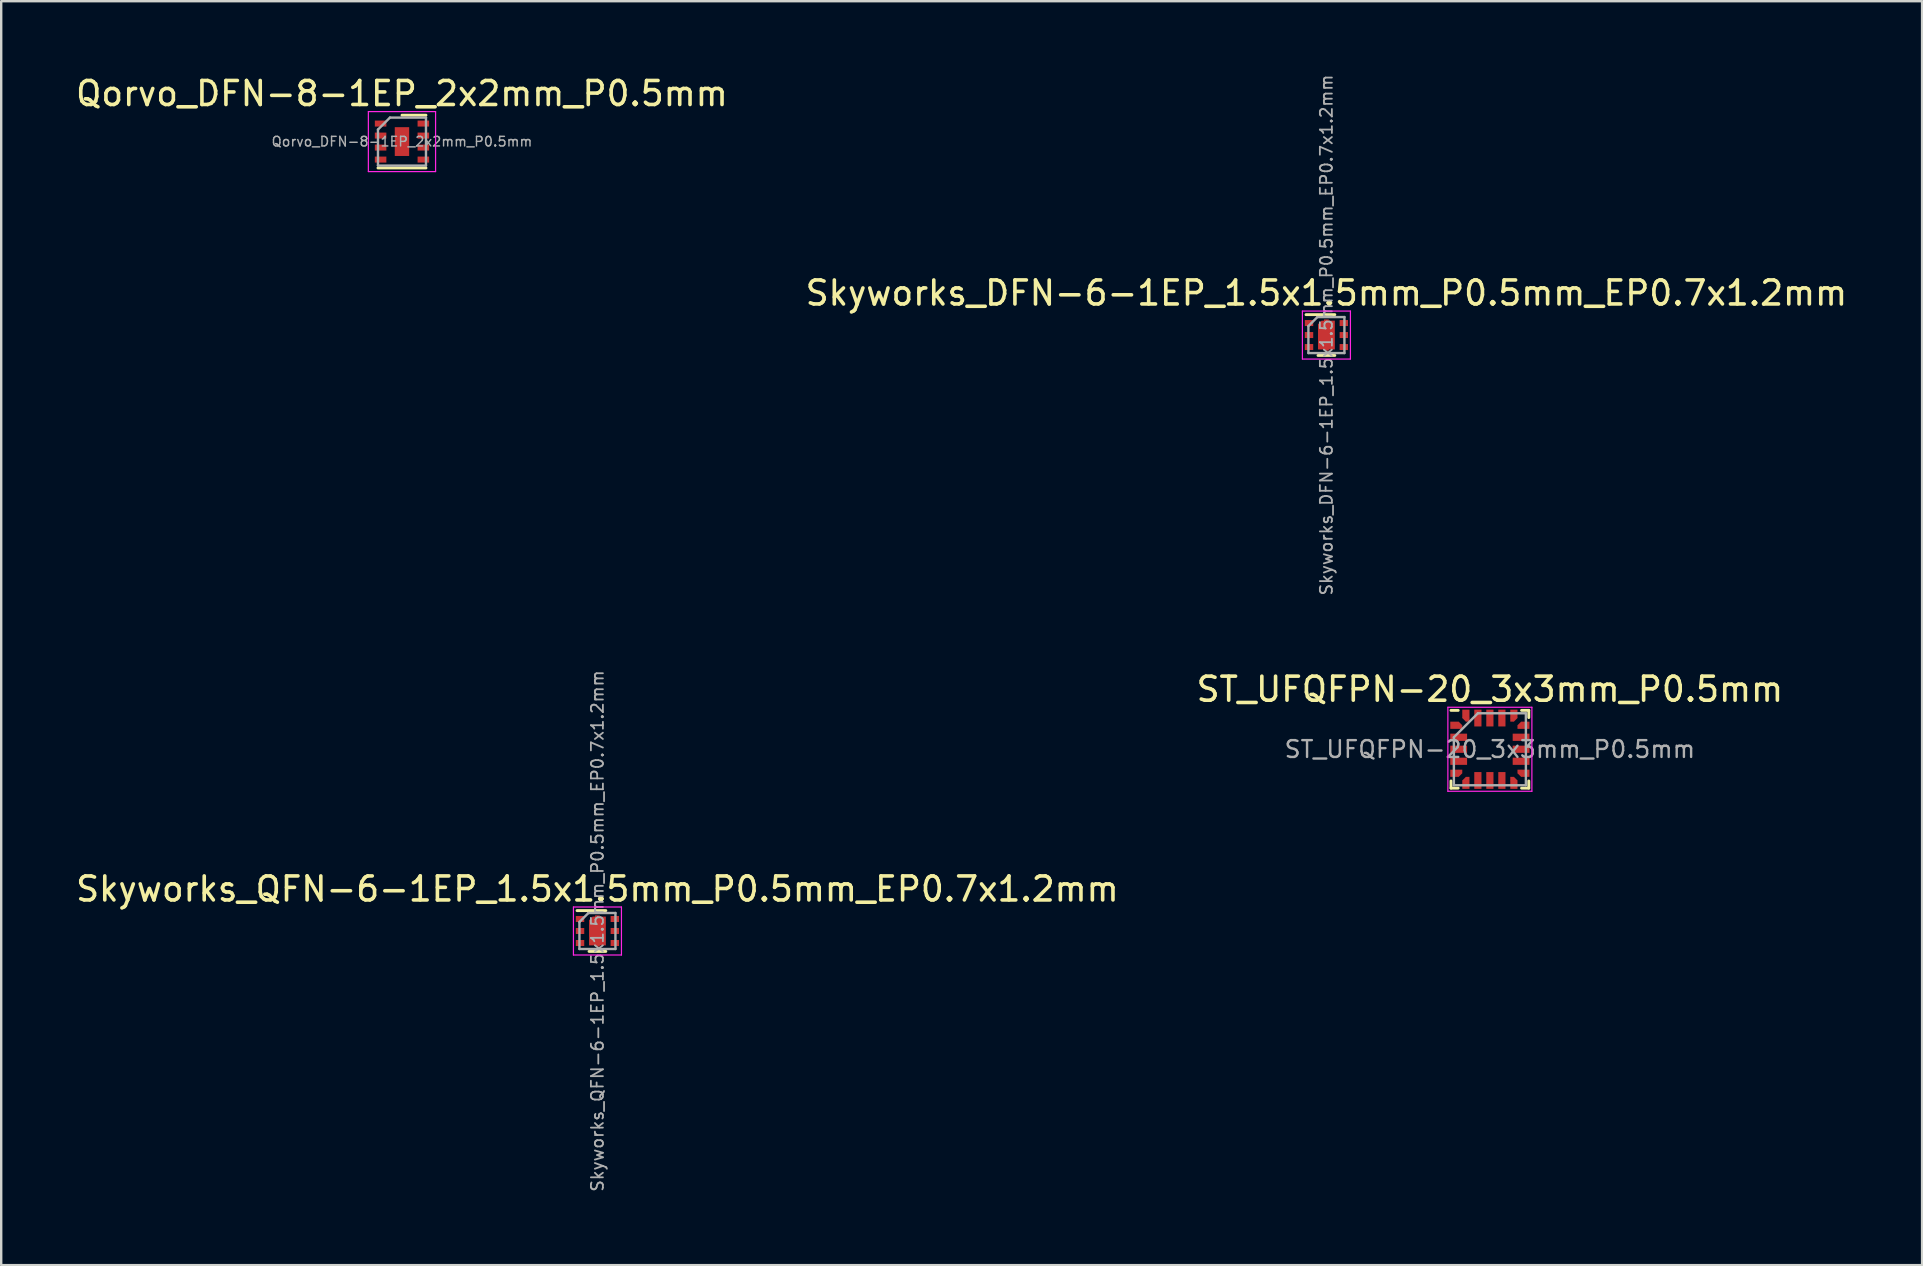
<source format=kicad_pcb>
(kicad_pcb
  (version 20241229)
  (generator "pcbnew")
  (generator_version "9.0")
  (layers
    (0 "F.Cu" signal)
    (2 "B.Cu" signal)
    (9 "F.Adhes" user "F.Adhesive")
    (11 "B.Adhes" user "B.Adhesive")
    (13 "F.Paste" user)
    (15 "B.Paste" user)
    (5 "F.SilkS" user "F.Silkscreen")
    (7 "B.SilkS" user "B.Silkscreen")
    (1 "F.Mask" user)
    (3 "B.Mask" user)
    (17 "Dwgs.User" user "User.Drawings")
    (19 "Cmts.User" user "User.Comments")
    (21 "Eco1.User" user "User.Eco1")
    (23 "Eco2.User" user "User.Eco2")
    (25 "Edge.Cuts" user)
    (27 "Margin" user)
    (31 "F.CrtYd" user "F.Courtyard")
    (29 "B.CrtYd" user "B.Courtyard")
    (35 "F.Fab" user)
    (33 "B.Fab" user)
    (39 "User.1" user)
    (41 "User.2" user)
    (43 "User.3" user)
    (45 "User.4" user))
  (footprint "Skyworks_QFN-6-1EP_1.5x1.5mm_P0.5mm_EP0.7x1.2mm"
    (layer "F.Cu")
    (at 21.839 35.735)
    (property "Reference" "Skyworks_QFN-6-1EP_1.5x1.5mm_P0.5mm_EP0.7x1.2mm" (at 0 -1.75 0) (layer "F.SilkS") (effects (font (size 1 1) (thickness 0.15))))
    (attr smd)
    (fp_line (start -0.85 -0.85) (end 0.35 -0.85) (stroke (width 0.12) (type solid)) (layer "F.SilkS"))
    (fp_line (start -0.35 0.85) (end 0.35 0.85) (stroke (width 0.12) (type solid)) (layer "F.SilkS"))
    (fp_line (start -1 -1) (end 1 -1) (stroke (width 0.05) (type solid)) (layer "F.CrtYd"))
    (fp_line (start -1 1) (end -1 -1) (stroke (width 0.05) (type solid)) (layer "F.CrtYd"))
    (fp_line (start 1 -1) (end 1 1) (stroke (width 0.05) (type solid)) (layer "F.CrtYd"))
    (fp_line (start 1 1) (end -1 1) (stroke (width 0.05) (type solid)) (layer "F.CrtYd"))
    (fp_line (start -0.75 -0.375) (end -0.375 -0.75) (stroke (width 0.1) (type solid)) (layer "F.Fab"))
    (fp_line (start -0.75 0.75) (end -0.75 -0.375) (stroke (width 0.1) (type solid)) (layer "F.Fab"))
    (fp_line (start -0.375 -0.75) (end 0.75 -0.75) (stroke (width 0.1) (type solid)) (layer "F.Fab"))
    (fp_line (start 0.75 -0.75) (end 0.75 0.75) (stroke (width 0.1) (type solid)) (layer "F.Fab"))
    (fp_line (start 0.75 0.75) (end -0.75 0.75) (stroke (width 0.1) (type solid)) (layer "F.Fab"))
    (fp_text user "${REFERENCE}" (at 0 0 270) (layer "F.Fab") (effects (font (size 0.5 0.5) (thickness 0.075))))
    (pad "1" smd rect (at -0.725 -0.5) (size 0.35 0.25) (layers "F.Cu" "F.Mask" "F.Paste"))
    (pad "2" smd rect (at -0.725 0) (size 0.35 0.25) (layers "F.Cu" "F.Mask" "F.Paste"))
    (pad "3" smd rect (at -0.725 0.5) (size 0.35 0.25) (layers "F.Cu" "F.Mask" "F.Paste"))
    (pad "4" smd rect (at 0.725 0.5) (size 0.35 0.25) (layers "F.Cu" "F.Mask" "F.Paste"))
    (pad "5" smd rect (at 0.725 0) (size 0.35 0.25) (layers "F.Cu" "F.Mask" "F.Paste"))
    (pad "6" smd rect (at 0.725 -0.5) (size 0.35 0.25) (layers "F.Cu" "F.Mask" "F.Paste"))
    (pad "7" smd custom (at 0 0) (size 0.35 0.25) (layers "F.Cu" "F.Mask" "F.Paste") (options (anchor rect)) (primitives (gr_poly (pts (xy 0.35 -0.6) (xy 0.35 0) (xy 0.35 0.6) (xy 0.1 0.6) (xy 0.1 0.65) (xy -0.1 0.65) (xy -0.1 0.6) (xy -0.35 0.6) (xy -0.35 -0.45) (xy -0.2 -0.6) (xy -0.1 -0.6) (xy -0.1 -0.65) (xy 0.1 -0.65) (xy 0.1 -0.6)) (width 0) (fill yes)))))
  (footprint "Skyworks_DFN-6-1EP_1.5x1.5mm_P0.5mm_EP0.7x1.2mm"
    (layer "F.Cu")
    (at 52.208 10.908)
    (property "Reference" "Skyworks_DFN-6-1EP_1.5x1.5mm_P0.5mm_EP0.7x1.2mm" (at 0 -1.75 0) (layer "F.SilkS") (effects (font (size 1 1) (thickness 0.15))))
    (attr smd)
    (fp_line (start -0.85 -0.85) (end 0.35 -0.85) (stroke (width 0.12) (type solid)) (layer "F.SilkS"))
    (fp_line (start -0.35 0.85) (end 0.35 0.85) (stroke (width 0.12) (type solid)) (layer "F.SilkS"))
    (fp_line (start -1 -1) (end 1 -1) (stroke (width 0.05) (type solid)) (layer "F.CrtYd"))
    (fp_line (start -1 1) (end -1 -1) (stroke (width 0.05) (type solid)) (layer "F.CrtYd"))
    (fp_line (start 1 -1) (end 1 1) (stroke (width 0.05) (type solid)) (layer "F.CrtYd"))
    (fp_line (start 1 1) (end -1 1) (stroke (width 0.05) (type solid)) (layer "F.CrtYd"))
    (fp_line (start -0.75 -0.375) (end -0.375 -0.75) (stroke (width 0.1) (type solid)) (layer "F.Fab"))
    (fp_line (start -0.75 0.75) (end -0.75 -0.375) (stroke (width 0.1) (type solid)) (layer "F.Fab"))
    (fp_line (start -0.375 -0.75) (end 0.75 -0.75) (stroke (width 0.1) (type solid)) (layer "F.Fab"))
    (fp_line (start 0.75 -0.75) (end 0.75 0.75) (stroke (width 0.1) (type solid)) (layer "F.Fab"))
    (fp_line (start 0.75 0.75) (end -0.75 0.75) (stroke (width 0.1) (type solid)) (layer "F.Fab"))
    (fp_text user "${REFERENCE}" (at 0 0 270) (layer "F.Fab") (effects (font (size 0.5 0.5) (thickness 0.075))))
    (pad "1" smd rect (at -0.725 -0.5) (size 0.35 0.25) (layers "F.Cu" "F.Mask" "F.Paste"))
    (pad "2" smd rect (at -0.725 0) (size 0.35 0.25) (layers "F.Cu" "F.Mask" "F.Paste"))
    (pad "3" smd rect (at -0.725 0.5) (size 0.35 0.25) (layers "F.Cu" "F.Mask" "F.Paste"))
    (pad "4" smd rect (at 0.725 0.5) (size 0.35 0.25) (layers "F.Cu" "F.Mask" "F.Paste"))
    (pad "5" smd rect (at 0.725 0) (size 0.35 0.25) (layers "F.Cu" "F.Mask" "F.Paste"))
    (pad "6" smd rect (at 0.725 -0.5) (size 0.35 0.25) (layers "F.Cu" "F.Mask" "F.Paste"))
    (pad "7" smd custom (at 0 0) (size 0.35 0.25) (layers "F.Cu" "F.Mask" "F.Paste") (options (anchor rect)) (primitives (gr_poly (pts (xy 0.35 -0.6) (xy 0.35 0) (xy 0.35 0.6) (xy 0.1 0.6) (xy 0.1 0.65) (xy -0.1 0.65) (xy -0.1 0.6) (xy -0.35 0.6) (xy -0.35 -0.45) (xy -0.2 -0.6) (xy -0.1 -0.6) (xy -0.1 -0.65) (xy 0.1 -0.65) (xy 0.1 -0.6)) (width 0) (fill yes)))))
  (footprint "ST_UFQFPN-20_3x3mm_P0.5mm"
    (layer "F.Cu")
    (at 59.018 28.164)
    (property "Reference" "ST_UFQFPN-20_3x3mm_P0.5mm" (at 0 -2.5 0) (layer "F.SilkS") (effects (font (size 1 1) (thickness 0.15))))
    (attr smd)
    (fp_line (start -1.62 -1.62) (end -1.32 -1.62) (stroke (width 0.12) (type solid)) (layer "F.SilkS"))
    (fp_line (start -1.62 1.62) (end -1.62 1.32) (stroke (width 0.12) (type solid)) (layer "F.SilkS"))
    (fp_line (start -1.62 1.62) (end -1.32 1.62) (stroke (width 0.12) (type solid)) (layer "F.SilkS"))
    (fp_line (start 1.62 -1.62) (end 1.32 -1.62) (stroke (width 0.12) (type solid)) (layer "F.SilkS"))
    (fp_line (start 1.62 -1.62) (end 1.62 -1.32) (stroke (width 0.12) (type solid)) (layer "F.SilkS"))
    (fp_line (start 1.62 1.62) (end 1.32 1.62) (stroke (width 0.12) (type solid)) (layer "F.SilkS"))
    (fp_line (start 1.62 1.62) (end 1.62 1.32) (stroke (width 0.12) (type solid)) (layer "F.SilkS"))
    (fp_line (start -1.75 -1.75) (end 1.75 -1.75) (stroke (width 0.05) (type solid)) (layer "F.CrtYd"))
    (fp_line (start -1.75 1.75) (end -1.75 -1.75) (stroke (width 0.05) (type solid)) (layer "F.CrtYd"))
    (fp_line (start 1.75 -1.75) (end 1.75 1.75) (stroke (width 0.05) (type solid)) (layer "F.CrtYd"))
    (fp_line (start 1.75 1.75) (end -1.75 1.75) (stroke (width 0.05) (type solid)) (layer "F.CrtYd"))
    (fp_line (start -1.5 -0.5) (end -0.5 -1.5) (stroke (width 0.1) (type solid)) (layer "F.Fab"))
    (fp_line (start -1.5 1.5) (end -1.5 -0.5) (stroke (width 0.1) (type solid)) (layer "F.Fab"))
    (fp_line (start -0.5 -1.5) (end 1.5 -1.5) (stroke (width 0.1) (type solid)) (layer "F.Fab"))
    (fp_line (start 1.5 -1.5) (end 1.5 1.5) (stroke (width 0.1) (type solid)) (layer "F.Fab"))
    (fp_line (start 1.5 1.5) (end -1.5 1.5) (stroke (width 0.1) (type solid)) (layer "F.Fab"))
    (fp_text user "${REFERENCE}" (at 0 0 0) (layer "F.Fab") (effects (font (size 0.7 0.7) (thickness 0.1))))
    (pad "" smd rect (at -0.9 -0.9) (size 0.1 0.1) (layers "F.Mask"))
    (pad "" smd rect (at -0.9 0.9) (size 0.1 0.1) (layers "F.Mask"))
    (pad "" smd rect (at 0.9 -0.9) (size 0.1 0.1) (layers "F.Mask"))
    (pad "" smd rect (at 0.9 0.9) (size 0.1 0.1) (layers "F.Mask"))
    (pad "1" smd rect (at -1.475 -1) (size 0.35 0.3) (layers "F.Cu" "F.Mask" "F.Paste"))
    (pad "1" smd rect (at -1.3 -1 45) (size 0.212 0.212) (layers "F.Cu" "F.Mask" "F.Paste"))
    (pad "1" smd rect (at -1.225 -0.925) (size 0.15 0.15) (layers "F.Cu" "F.Mask" "F.Paste"))
    (pad "2" smd rect (at -1.3 -0.5) (size 0.7 0.3) (layers "F.Cu" "F.Mask" "F.Paste"))
    (pad "3" smd rect (at -1.3 0) (size 0.7 0.3) (layers "F.Cu" "F.Mask" "F.Paste"))
    (pad "4" smd rect (at -1.3 0.5) (size 0.7 0.3) (layers "F.Cu" "F.Mask" "F.Paste"))
    (pad "5" smd rect (at -1.475 1) (size 0.35 0.3) (layers "F.Cu" "F.Mask" "F.Paste"))
    (pad "5" smd rect (at -1.3 1 45) (size 0.212 0.212) (layers "F.Cu" "F.Mask" "F.Paste"))
    (pad "5" smd rect (at -1.225 0.925) (size 0.15 0.15) (layers "F.Cu" "F.Mask" "F.Paste"))
    (pad "6" smd rect (at -1 1.3 45) (size 0.212 0.212) (layers "F.Cu" "F.Mask" "F.Paste"))
    (pad "6" smd rect (at -1 1.475) (size 0.3 0.35) (layers "F.Cu" "F.Mask" "F.Paste"))
    (pad "6" smd rect (at -0.925 1.225) (size 0.15 0.15) (layers "F.Cu" "F.Mask" "F.Paste"))
    (pad "7" smd rect (at -0.5 1.3) (size 0.3 0.7) (layers "F.Cu" "F.Mask" "F.Paste"))
    (pad "8" smd rect (at 0 1.3) (size 0.3 0.7) (layers "F.Cu" "F.Mask" "F.Paste"))
    (pad "9" smd rect (at 0.5 1.3) (size 0.3 0.7) (layers "F.Cu" "F.Mask" "F.Paste"))
    (pad "10" smd rect (at 0.925 1.225) (size 0.15 0.15) (layers "F.Cu" "F.Mask" "F.Paste"))
    (pad "10" smd rect (at 1 1.3 45) (size 0.212 0.212) (layers "F.Cu" "F.Mask" "F.Paste"))
    (pad "10" smd rect (at 1 1.475) (size 0.3 0.35) (layers "F.Cu" "F.Mask" "F.Paste"))
    (pad "11" smd rect (at 1.225 0.925) (size 0.15 0.15) (layers "F.Cu" "F.Mask" "F.Paste"))
    (pad "11" smd rect (at 1.3 1 45) (size 0.212 0.212) (layers "F.Cu" "F.Mask" "F.Paste"))
    (pad "11" smd rect (at 1.475 1) (size 0.35 0.3) (layers "F.Cu" "F.Mask" "F.Paste"))
    (pad "12" smd rect (at 1.3 0.5) (size 0.7 0.3) (layers "F.Cu" "F.Mask" "F.Paste"))
    (pad "13" smd rect (at 1.3 0) (size 0.7 0.3) (layers "F.Cu" "F.Mask" "F.Paste"))
    (pad "14" smd rect (at 1.3 -0.5) (size 0.7 0.3) (layers "F.Cu" "F.Mask" "F.Paste"))
    (pad "15" smd rect (at 1.225 -0.925) (size 0.15 0.15) (layers "F.Cu" "F.Mask" "F.Paste"))
    (pad "15" smd rect (at 1.3 -1 45) (size 0.212 0.212) (layers "F.Cu" "F.Mask" "F.Paste"))
    (pad "15" smd rect (at 1.475 -1) (size 0.35 0.3) (layers "F.Cu" "F.Mask" "F.Paste"))
    (pad "16" smd rect (at 0.925 -1.225) (size 0.15 0.15) (layers "F.Cu" "F.Mask" "F.Paste"))
    (pad "16" smd rect (at 1 -1.475) (size 0.3 0.35) (layers "F.Cu" "F.Mask" "F.Paste"))
    (pad "16" smd rect (at 1 -1.3 45) (size 0.212 0.212) (layers "F.Cu" "F.Mask" "F.Paste"))
    (pad "17" smd rect (at 0.5 -1.3) (size 0.3 0.7) (layers "F.Cu" "F.Mask" "F.Paste"))
    (pad "18" smd rect (at 0 -1.3) (size 0.3 0.7) (layers "F.Cu" "F.Mask" "F.Paste"))
    (pad "19" smd rect (at -0.5 -1.3) (size 0.3 0.7) (layers "F.Cu" "F.Mask" "F.Paste"))
    (pad "20" smd rect (at -1 -1.475) (size 0.3 0.35) (layers "F.Cu" "F.Mask" "F.Paste"))
    (pad "20" smd rect (at -1 -1.3 45) (size 0.212 0.212) (layers "F.Cu" "F.Mask" "F.Paste"))
    (pad "20" smd rect (at -0.925 -1.225) (size 0.15 0.15) (layers "F.Cu" "F.Mask" "F.Paste")))
  (footprint "Qorvo_DFN-8-1EP_2x2mm_P0.5mm"
    (layer "F.Cu")
    (at 13.696 2.848)
    (property "Reference" "Qorvo_DFN-8-1EP_2x2mm_P0.5mm" (at 0 -2 0) (layer "F.SilkS") (effects (font (size 1 1) (thickness 0.15))))
    (attr smd)
    (fp_line (start -1 1.1) (end 1 1.1) (stroke (width 0.12) (type solid)) (layer "F.SilkS"))
    (fp_line (start 0 -1.1) (end 1 -1.1) (stroke (width 0.12) (type solid)) (layer "F.SilkS"))
    (fp_line (start -1.4 -1.25) (end -1.4 1.25) (stroke (width 0.05) (type solid)) (layer "F.CrtYd"))
    (fp_line (start -1.4 -1.25) (end 1.4 -1.25) (stroke (width 0.05) (type solid)) (layer "F.CrtYd"))
    (fp_line (start -1.4 1.25) (end 1.4 1.25) (stroke (width 0.05) (type solid)) (layer "F.CrtYd"))
    (fp_line (start 1.4 -1.25) (end 1.4 1.25) (stroke (width 0.05) (type solid)) (layer "F.CrtYd"))
    (fp_line (start -1 -0.5) (end -0.5 -1) (stroke (width 0.1) (type solid)) (layer "F.Fab"))
    (fp_line (start -1 1) (end -1 -0.5) (stroke (width 0.1) (type solid)) (layer "F.Fab"))
    (fp_line (start -0.5 -1) (end 1 -1) (stroke (width 0.1) (type solid)) (layer "F.Fab"))
    (fp_line (start 1 -1) (end 1 1) (stroke (width 0.1) (type solid)) (layer "F.Fab"))
    (fp_line (start 1 1) (end -1 1) (stroke (width 0.1) (type solid)) (layer "F.Fab"))
    (fp_text user "${REFERENCE}" (at 0 0 0) (layer "F.Fab") (effects (font (size 0.4 0.4) (thickness 0.06))))
    (pad "1" smd rect (at -0.89 -0.75) (size 0.48 0.25) (layers "F.Cu" "F.Mask" "F.Paste"))
    (pad "2" smd rect (at -0.89 -0.25) (size 0.48 0.25) (layers "F.Cu" "F.Mask" "F.Paste"))
    (pad "3" smd rect (at -0.89 0.25) (size 0.48 0.25) (layers "F.Cu" "F.Mask" "F.Paste"))
    (pad "4" smd rect (at -0.89 0.75) (size 0.48 0.25) (layers "F.Cu" "F.Mask" "F.Paste"))
    (pad "5" smd rect (at 0.89 0.75) (size 0.48 0.25) (layers "F.Cu" "F.Mask" "F.Paste"))
    (pad "6" smd rect (at 0.89 0.25) (size 0.48 0.25) (layers "F.Cu" "F.Mask" "F.Paste"))
    (pad "7" smd rect (at 0.89 -0.25) (size 0.48 0.25) (layers "F.Cu" "F.Mask" "F.Paste"))
    (pad "8" smd rect (at 0.89 -0.75) (size 0.48 0.25) (layers "F.Cu" "F.Mask" "F.Paste"))
    (pad "9" smd rect (at 0 0) (size 0.6 1.2) (layers "F.Cu" "F.Mask" "F.Paste")))
  (gr_rect
    (start -3 -3)
    (end 77.024 49.655)
    (stroke (width 0.1) (type default))
    (fill no)
    (layer "Edge.Cuts")))
</source>
